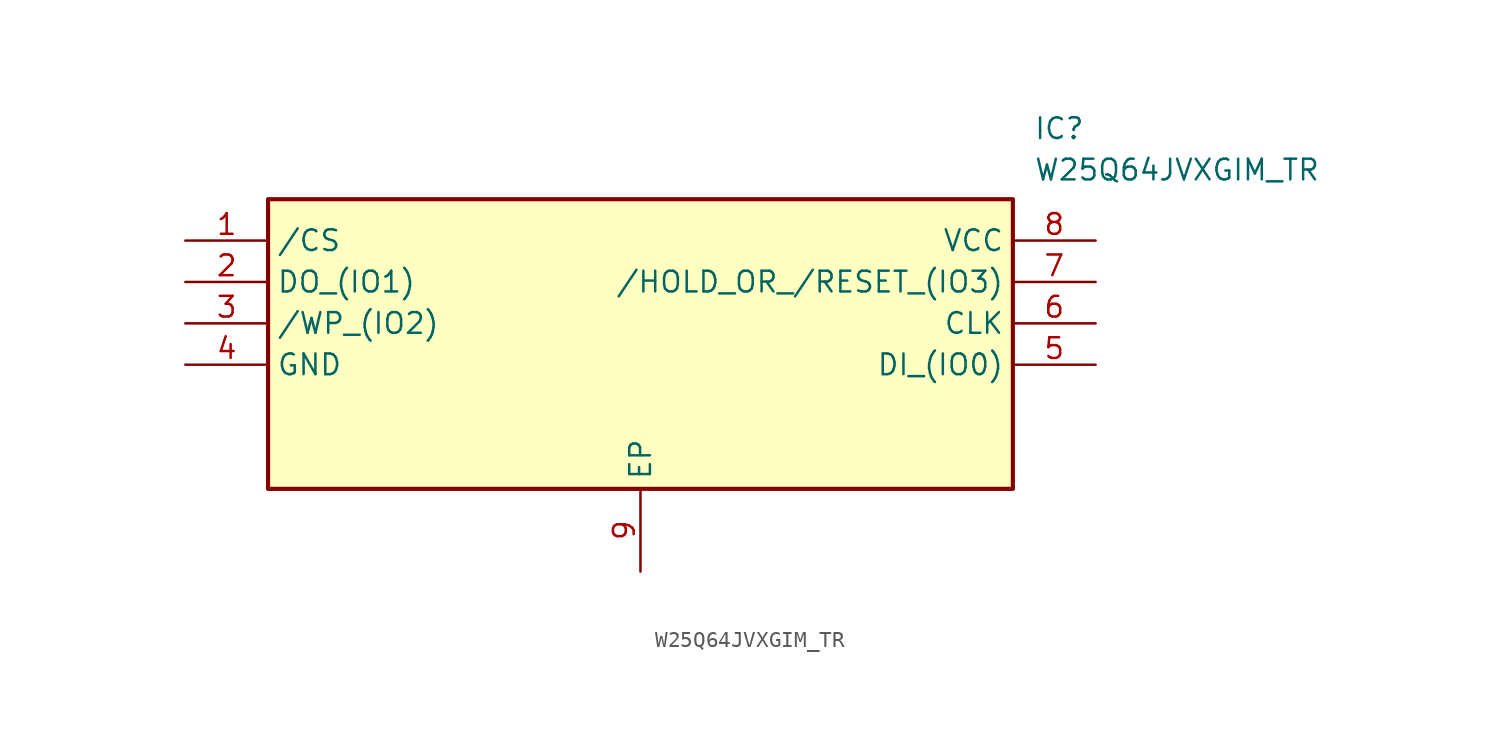
<source format=kicad_sym>
(kicad_symbol_lib
  (version 20211014)
  (generator SamacSys_ECAD_Model)
  (symbol "W25Q64JVXGIM_TR"
    (property "Reference" "IC"
      (at 52.07 7.62 0)
      (effects (font (size 1.27 1.27)) (justify left top)))
    (property "Value" "W25Q64JVXGIM_TR"
      (at 52.07 5.08 0)
      (effects (font (size 1.27 1.27)) (justify left top)))
    (rectangle
      (start 5.08 2.54)
      (end 50.8 -15.24)
      (stroke (width 0.254) (type default))
      (fill (type background)))
    (pin passive line
      (at 0 0 0)
      (length 5.08)
      (name "/CS" (effects (font (size 1.27 1.27))))
      (number "1" (effects (font (size 1.27 1.27)))))
    (pin passive line
      (at 0 -2.54 0)
      (length 5.08)
      (name "DO_(IO1)" (effects (font (size 1.27 1.27))))
      (number "2" (effects (font (size 1.27 1.27)))))
    (pin passive line
      (at 0 -5.08 0)
      (length 5.08)
      (name "/WP_(IO2)" (effects (font (size 1.27 1.27))))
      (number "3" (effects (font (size 1.27 1.27)))))
    (pin passive line
      (at 0 -7.62 0)
      (length 5.08)
      (name "GND" (effects (font (size 1.27 1.27))))
      (number "4" (effects (font (size 1.27 1.27)))))
    (pin passive line
      (at 27.94 -20.32 90)
      (length 5.08)
      (name "EP" (effects (font (size 1.27 1.27))))
      (number "9" (effects (font (size 1.27 1.27)))))
    (pin passive line
      (at 55.88 0 180)
      (length 5.08)
      (name "VCC" (effects (font (size 1.27 1.27))))
      (number "8" (effects (font (size 1.27 1.27)))))
    (pin passive line
      (at 55.88 -2.54 180)
      (length 5.08)
      (name "/HOLD_OR_/RESET_(IO3)" (effects (font (size 1.27 1.27))))
      (number "7" (effects (font (size 1.27 1.27)))))
    (pin passive line
      (at 55.88 -5.08 180)
      (length 5.08)
      (name "CLK" (effects (font (size 1.27 1.27))))
      (number "6" (effects (font (size 1.27 1.27)))))
    (pin passive line
      (at 55.88 -7.62 180)
      (length 5.08)
      (name "DI_(IO0)" (effects (font (size 1.27 1.27))))
      (number "5" (effects (font (size 1.27 1.27)))))))
</source>
